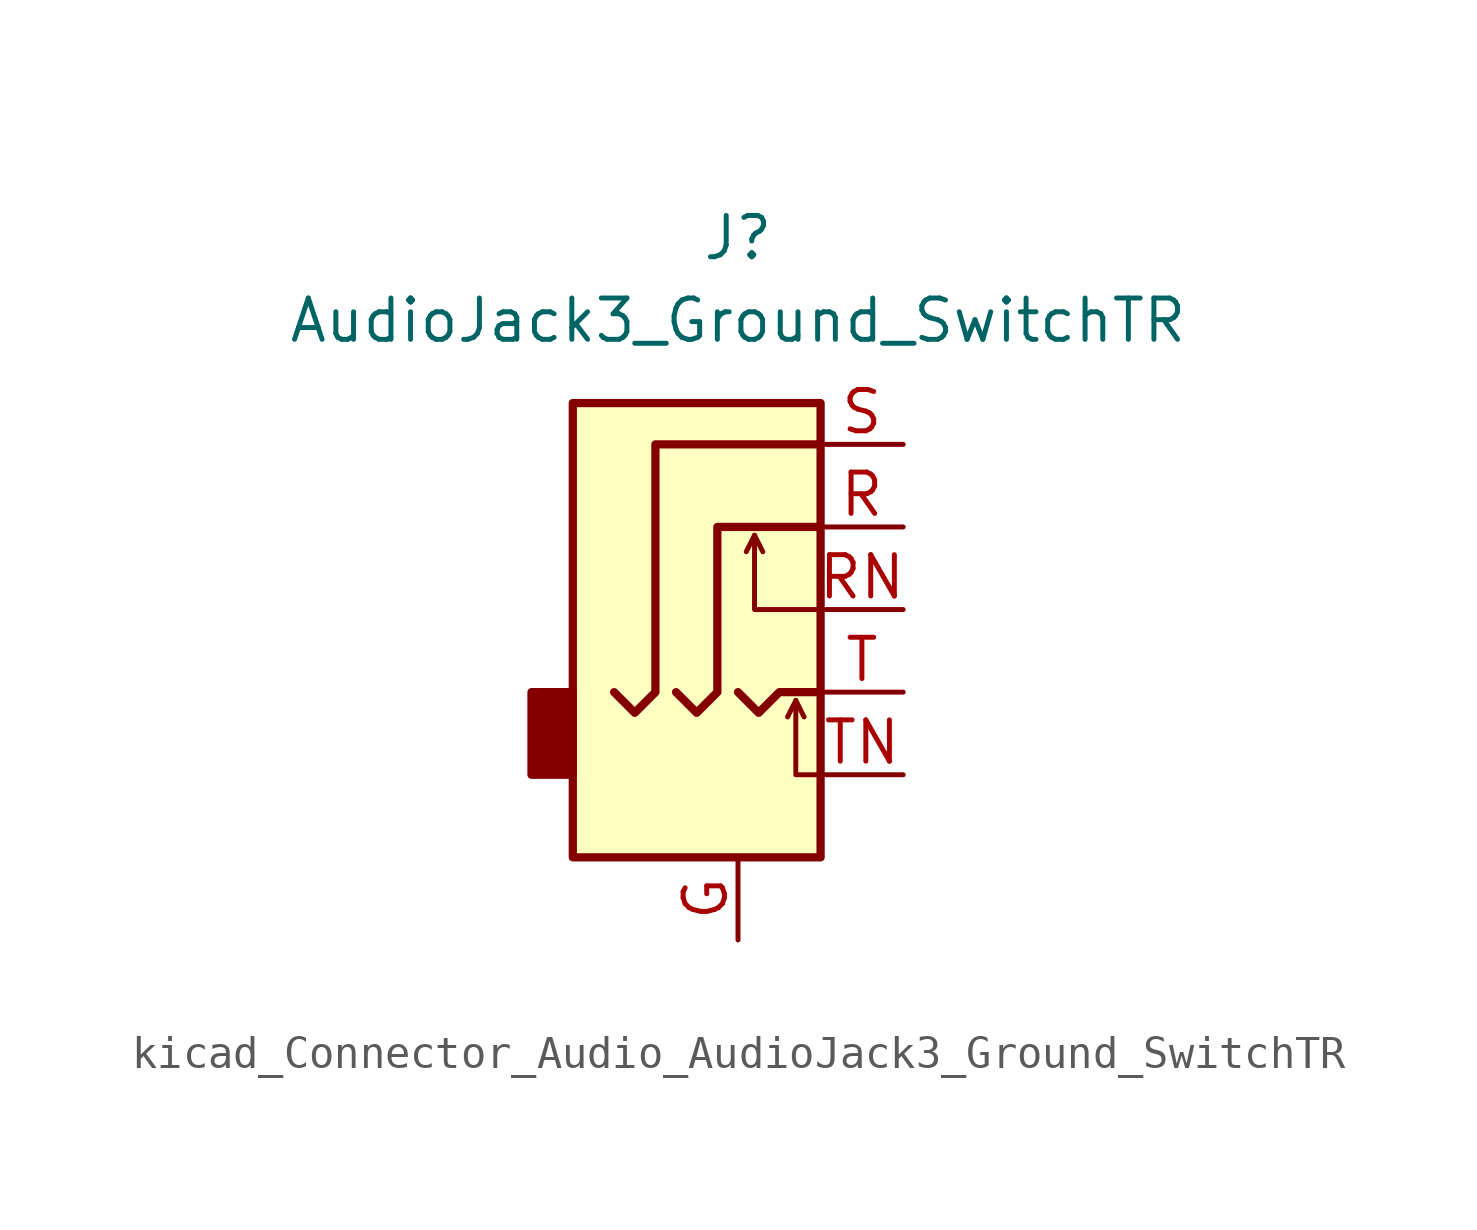
<source format=kicad_sym>
(kicad_symbol_lib
  (version 20220914)
  (generator kicad_symbol_editor)
  (symbol "kicad_Connector_Audio_AudioJack3_Ground_SwitchTR"
    (property "Reference" "J"
      (at 0 8.89 0)
      (effects (font (size 1.27 1.27))))
    (property "Value" "AudioJack3_Ground_SwitchTR"
      (at 0 6.35 0)
      (effects (font (size 1.27 1.27))))
    (symbol "kicad_Connector_Audio_AudioJack3_Ground_SwitchTR_0_1"
      (rectangle (start -5.08 -5.08) (end -6.35 -7.62) (stroke (width 0.254) (type default)) (fill (type outline)))
      (polyline (pts (xy 0.508 -0.254) (xy 0.762 -0.762)) (stroke (width 0) (type default)) (fill (type none)))
      (polyline (pts (xy 1.778 -5.334) (xy 2.032 -5.842)) (stroke (width 0) (type default)) (fill (type none)))
      (polyline (pts (xy 0 -5.08) (xy 0.635 -5.715) (xy 1.27 -5.08) (xy 2.54 -5.08)) (stroke (width 0.254) (type default)) (fill (type none)))
      (polyline (pts (xy 2.54 -7.62) (xy 1.778 -7.62) (xy 1.778 -5.334) (xy 1.524 -5.842)) (stroke (width 0) (type default)) (fill (type none)))
      (polyline (pts (xy 2.54 -2.54) (xy 0.508 -2.54) (xy 0.508 -0.254) (xy 0.254 -0.762)) (stroke (width 0) (type default)) (fill (type none)))
      (polyline (pts (xy -1.905 -5.08) (xy -1.27 -5.715) (xy -0.635 -5.08) (xy -0.635 0) (xy 2.54 0)) (stroke (width 0.254) (type default)) (fill (type none)))
      (polyline (pts (xy 2.54 2.54) (xy -2.54 2.54) (xy -2.54 -5.08) (xy -3.175 -5.715) (xy -3.81 -5.08)) (stroke (width 0.254) (type default)) (fill (type none)))
      (rectangle (start 2.54 3.81) (end -5.08 -10.16) (stroke (width 0.254) (type default)) (fill (type background))))
    (symbol "kicad_Connector_Audio_AudioJack3_Ground_SwitchTR_1_1"
      (pin passive line (at 0 -12.7 90) (length 2.54) (name "~" (effects (font (size 1.27 1.27)))) (number "G" (effects (font (size 1.27 1.27)))))
      (pin passive line (at 5.08 0 180) (length 2.54) (name "~" (effects (font (size 1.27 1.27)))) (number "R" (effects (font (size 1.27 1.27)))))
      (pin passive line (at 5.08 -2.54 180) (length 2.54) (name "~" (effects (font (size 1.27 1.27)))) (number "RN" (effects (font (size 1.27 1.27)))))
      (pin passive line (at 5.08 2.54 180) (length 2.54) (name "~" (effects (font (size 1.27 1.27)))) (number "S" (effects (font (size 1.27 1.27)))))
      (pin passive line (at 5.08 -5.08 180) (length 2.54) (name "~" (effects (font (size 1.27 1.27)))) (number "T" (effects (font (size 1.27 1.27)))))
      (pin passive line (at 5.08 -7.62 180) (length 2.54) (name "~" (effects (font (size 1.27 1.27)))) (number "TN" (effects (font (size 1.27 1.27))))))))
</source>
